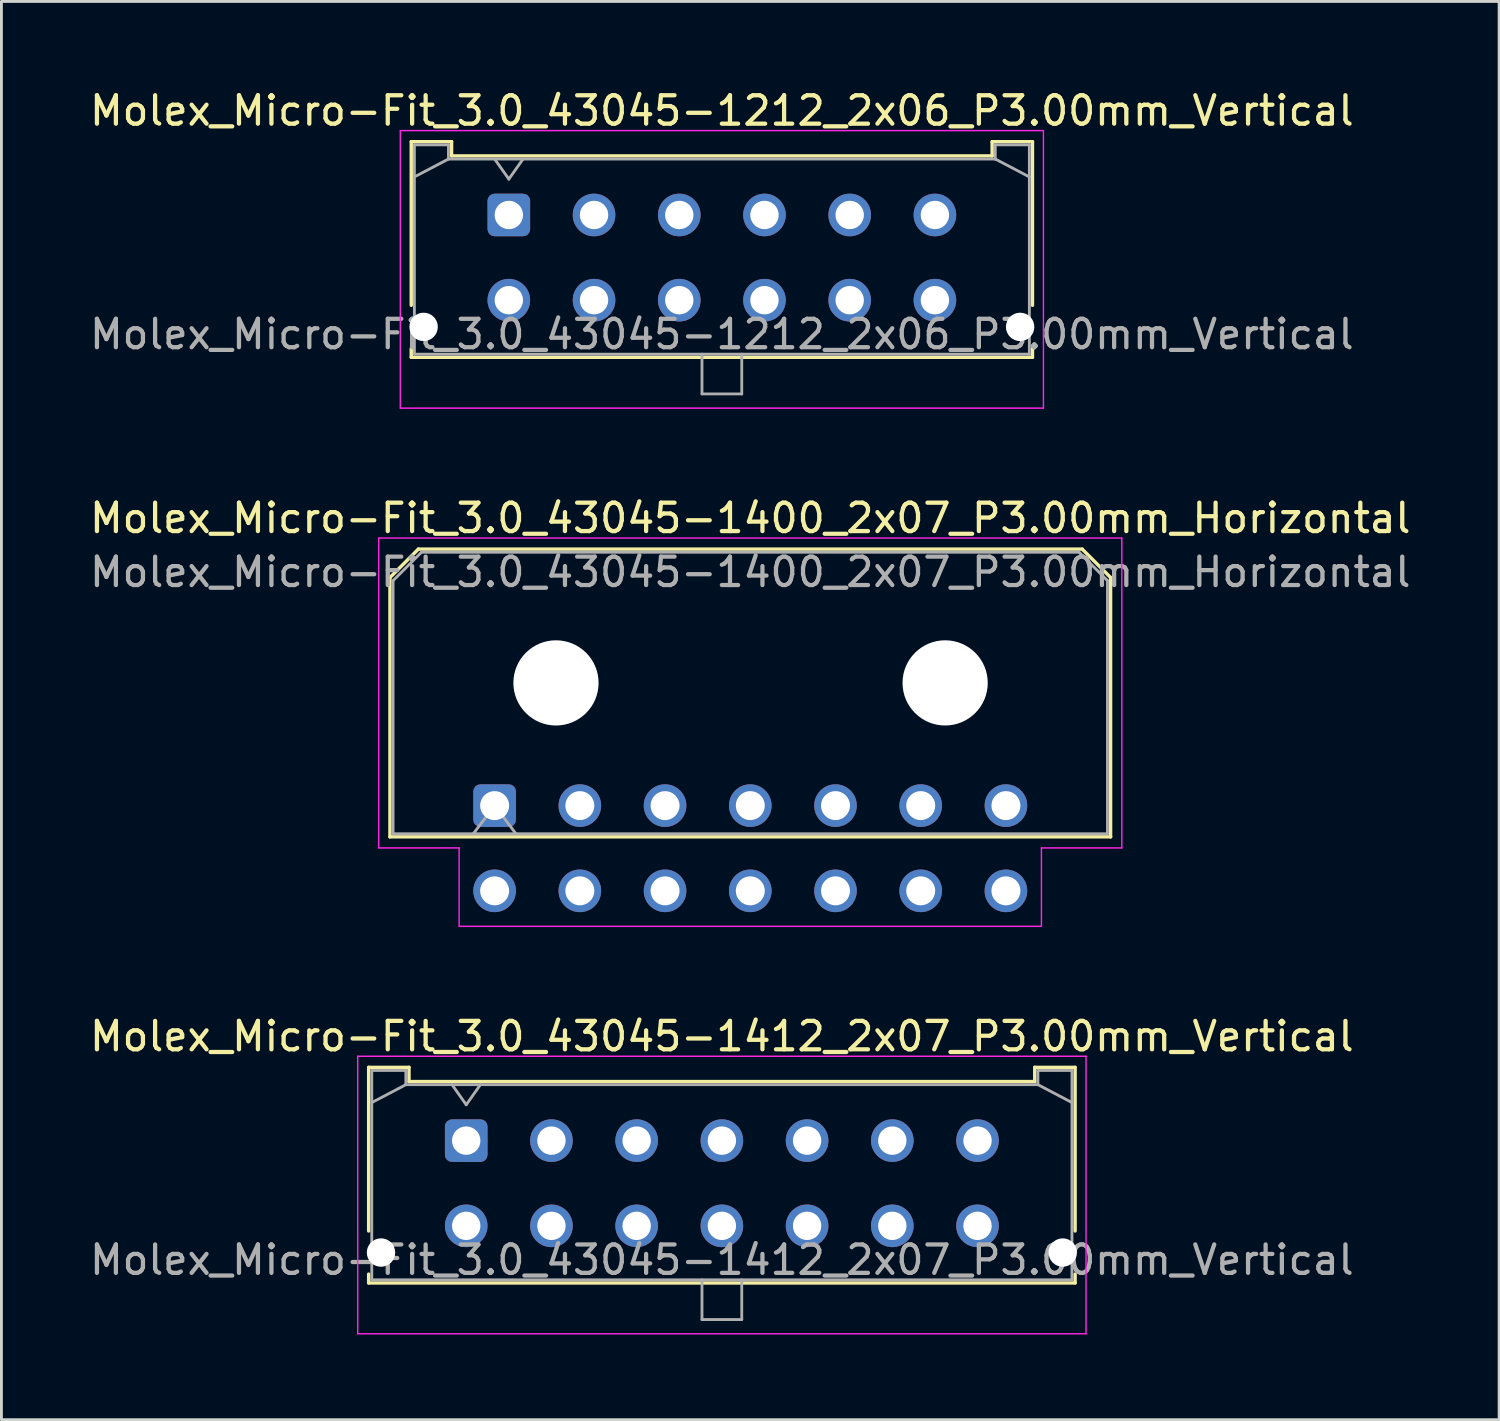
<source format=kicad_pcb>
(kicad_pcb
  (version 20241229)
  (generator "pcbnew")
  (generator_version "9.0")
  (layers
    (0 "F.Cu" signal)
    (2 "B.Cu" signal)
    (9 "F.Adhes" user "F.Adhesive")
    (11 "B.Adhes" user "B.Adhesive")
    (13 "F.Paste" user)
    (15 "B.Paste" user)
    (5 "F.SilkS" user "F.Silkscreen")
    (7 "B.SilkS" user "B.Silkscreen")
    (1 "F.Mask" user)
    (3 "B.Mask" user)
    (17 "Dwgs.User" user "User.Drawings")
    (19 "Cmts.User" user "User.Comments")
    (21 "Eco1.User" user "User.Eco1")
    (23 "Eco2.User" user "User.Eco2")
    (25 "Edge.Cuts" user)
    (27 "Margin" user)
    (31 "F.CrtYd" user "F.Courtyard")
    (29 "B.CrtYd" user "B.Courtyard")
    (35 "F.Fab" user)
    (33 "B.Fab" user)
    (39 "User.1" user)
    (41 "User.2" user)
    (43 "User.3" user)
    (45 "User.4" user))
  (footprint "Molex_Micro-Fit_3.0_43045-1400_2x07_P3.00mm_Horizontal"
    (layer "F.Cu")
    (at 14.363 25.311)
    (property "Reference" "Molex_Micro-Fit_3.0_43045-1400_2x07_P3.00mm_Horizontal" (at 9 -10.12 0) (layer "F.SilkS") (effects (font (size 1 1) (thickness 0.15))))
    (attr through_hole)
    (fp_line (start -3.685 -8.03) (end -2.685 -9.03) (stroke (width 0.12) (type solid)) (layer "F.SilkS"))
    (fp_line (start -3.685 1.1) (end -3.685 -8.03) (stroke (width 0.12) (type solid)) (layer "F.SilkS"))
    (fp_line (start -2.685 -9.03) (end 20.685 -9.03) (stroke (width 0.12) (type solid)) (layer "F.SilkS"))
    (fp_line (start 20.685 -9.03) (end 21.685 -8.03) (stroke (width 0.12) (type solid)) (layer "F.SilkS"))
    (fp_line (start 21.685 -8.03) (end 21.685 1.1) (stroke (width 0.12) (type solid)) (layer "F.SilkS"))
    (fp_line (start 21.685 1.1) (end -3.685 1.1) (stroke (width 0.12) (type solid)) (layer "F.SilkS"))
    (fp_line (start -4.08 -9.42) (end 22.08 -9.42) (stroke (width 0.05) (type solid)) (layer "F.CrtYd"))
    (fp_line (start -4.08 1.49) (end -4.08 -9.42) (stroke (width 0.05) (type solid)) (layer "F.CrtYd"))
    (fp_line (start -1.25 1.49) (end -4.08 1.49) (stroke (width 0.05) (type solid)) (layer "F.CrtYd"))
    (fp_line (start -1.25 4.25) (end -1.25 1.49) (stroke (width 0.05) (type solid)) (layer "F.CrtYd"))
    (fp_line (start 19.25 1.49) (end 19.25 4.25) (stroke (width 0.05) (type solid)) (layer "F.CrtYd"))
    (fp_line (start 19.25 4.25) (end -1.25 4.25) (stroke (width 0.05) (type solid)) (layer "F.CrtYd"))
    (fp_line (start 22.08 -9.42) (end 22.08 1.49) (stroke (width 0.05) (type solid)) (layer "F.CrtYd"))
    (fp_line (start 22.08 1.49) (end 19.25 1.49) (stroke (width 0.05) (type solid)) (layer "F.CrtYd"))
    (fp_line (start -3.575 -7.92) (end -2.575 -8.92) (stroke (width 0.1) (type solid)) (layer "F.Fab"))
    (fp_line (start -3.575 0.99) (end -3.575 -7.92) (stroke (width 0.1) (type solid)) (layer "F.Fab"))
    (fp_line (start -2.575 -8.92) (end 20.575 -8.92) (stroke (width 0.1) (type solid)) (layer "F.Fab"))
    (fp_line (start -0.75 0.99) (end 0 0) (stroke (width 0.1) (type solid)) (layer "F.Fab"))
    (fp_line (start 0 0) (end 0.75 0.99) (stroke (width 0.1) (type solid)) (layer "F.Fab"))
    (fp_line (start 20.575 -8.92) (end 21.575 -7.92) (stroke (width 0.1) (type solid)) (layer "F.Fab"))
    (fp_line (start 21.575 -7.92) (end 21.575 0.99) (stroke (width 0.1) (type solid)) (layer "F.Fab"))
    (fp_line (start 21.575 0.99) (end -3.575 0.99) (stroke (width 0.1) (type solid)) (layer "F.Fab"))
    (fp_text user "${REFERENCE}" (at 9 -8.22 0) (layer "F.Fab") (effects (font (size 1 1) (thickness 0.15))))
    (pad "" np_thru_hole circle (at 2.16 -4.32) (size 3 3) (drill 3) (layers "*.Cu" "*.Mask"))
    (pad "" np_thru_hole circle (at 15.86 -4.32) (size 3 3) (drill 3) (layers "*.Cu" "*.Mask"))
    (pad "1" thru_hole roundrect (at 0 0) (size 1.5 1.5) (drill 1.02) (layers "*.Cu" "*.Mask") (roundrect_rratio 0.167))
    (pad "2" thru_hole circle (at 3 0) (size 1.5 1.5) (drill 1.02) (layers "*.Cu" "*.Mask"))
    (pad "3" thru_hole circle (at 6 0) (size 1.5 1.5) (drill 1.02) (layers "*.Cu" "*.Mask"))
    (pad "4" thru_hole circle (at 9 0) (size 1.5 1.5) (drill 1.02) (layers "*.Cu" "*.Mask"))
    (pad "5" thru_hole circle (at 12 0) (size 1.5 1.5) (drill 1.02) (layers "*.Cu" "*.Mask"))
    (pad "6" thru_hole circle (at 15 0) (size 1.5 1.5) (drill 1.02) (layers "*.Cu" "*.Mask"))
    (pad "7" thru_hole circle (at 18 0) (size 1.5 1.5) (drill 1.02) (layers "*.Cu" "*.Mask"))
    (pad "8" thru_hole circle (at 0 3) (size 1.5 1.5) (drill 1.02) (layers "*.Cu" "*.Mask"))
    (pad "9" thru_hole circle (at 3 3) (size 1.5 1.5) (drill 1.02) (layers "*.Cu" "*.Mask"))
    (pad "10" thru_hole circle (at 6 3) (size 1.5 1.5) (drill 1.02) (layers "*.Cu" "*.Mask"))
    (pad "11" thru_hole circle (at 9 3) (size 1.5 1.5) (drill 1.02) (layers "*.Cu" "*.Mask"))
    (pad "12" thru_hole circle (at 12 3) (size 1.5 1.5) (drill 1.02) (layers "*.Cu" "*.Mask"))
    (pad "13" thru_hole circle (at 15 3) (size 1.5 1.5) (drill 1.02) (layers "*.Cu" "*.Mask"))
    (pad "14" thru_hole circle (at 18 3) (size 1.5 1.5) (drill 1.02) (layers "*.Cu" "*.Mask")))
  (footprint "Molex_Micro-Fit_3.0_43045-1412_2x07_P3.00mm_Vertical"
    (layer "F.Cu")
    (at 13.363 37.105)
    (property "Reference" "Molex_Micro-Fit_3.0_43045-1412_2x07_P3.00mm_Vertical" (at 9 -3.67 0) (layer "F.SilkS") (effects (font (size 1 1) (thickness 0.15))))
    (attr through_hole)
    (fp_line (start -3.435 -2.58) (end -2.015 -2.58) (stroke (width 0.12) (type solid)) (layer "F.SilkS"))
    (fp_line (start -3.435 3.18) (end -3.435 -2.58) (stroke (width 0.12) (type solid)) (layer "F.SilkS"))
    (fp_line (start -3.435 4.7) (end -3.435 5.01) (stroke (width 0.12) (type solid)) (layer "F.SilkS"))
    (fp_line (start -3.435 5.01) (end 21.435 5.01) (stroke (width 0.12) (type solid)) (layer "F.SilkS"))
    (fp_line (start -2.015 -2.58) (end -2.015 -2.08) (stroke (width 0.12) (type solid)) (layer "F.SilkS"))
    (fp_line (start -2.015 -2.08) (end 20.015 -2.08) (stroke (width 0.12) (type solid)) (layer "F.SilkS"))
    (fp_line (start 20.015 -2.58) (end 21.435 -2.58) (stroke (width 0.12) (type solid)) (layer "F.SilkS"))
    (fp_line (start 20.015 -2.08) (end 20.015 -2.58) (stroke (width 0.12) (type solid)) (layer "F.SilkS"))
    (fp_line (start 21.435 -2.58) (end 21.435 3.18) (stroke (width 0.12) (type solid)) (layer "F.SilkS"))
    (fp_line (start 21.435 5.01) (end 21.435 4.7) (stroke (width 0.12) (type solid)) (layer "F.SilkS"))
    (fp_line (start -3.82 -2.97) (end 21.82 -2.97) (stroke (width 0.05) (type solid)) (layer "F.CrtYd"))
    (fp_line (start -3.82 6.8) (end -3.82 -2.97) (stroke (width 0.05) (type solid)) (layer "F.CrtYd"))
    (fp_line (start 21.82 -2.97) (end 21.82 6.8) (stroke (width 0.05) (type solid)) (layer "F.CrtYd"))
    (fp_line (start 21.82 6.8) (end -3.82 6.8) (stroke (width 0.05) (type solid)) (layer "F.CrtYd"))
    (fp_line (start -3.325 -2.47) (end -3.325 4.9) (stroke (width 0.1) (type solid)) (layer "F.Fab"))
    (fp_line (start -3.325 -1.34) (end -2.125 -1.97) (stroke (width 0.1) (type solid)) (layer "F.Fab"))
    (fp_line (start -3.325 4.9) (end 21.325 4.9) (stroke (width 0.1) (type solid)) (layer "F.Fab"))
    (fp_line (start -2.125 -2.47) (end -3.325 -2.47) (stroke (width 0.1) (type solid)) (layer "F.Fab"))
    (fp_line (start -2.125 -1.97) (end -2.125 -2.47) (stroke (width 0.1) (type solid)) (layer "F.Fab"))
    (fp_line (start -0.5 -1.97) (end 0 -1.263) (stroke (width 0.1) (type solid)) (layer "F.Fab"))
    (fp_line (start 0 -1.263) (end 0.5 -1.97) (stroke (width 0.1) (type solid)) (layer "F.Fab"))
    (fp_line (start 8.3 4.9) (end 8.3 6.3) (stroke (width 0.1) (type solid)) (layer "F.Fab"))
    (fp_line (start 8.3 6.3) (end 9.7 6.3) (stroke (width 0.1) (type solid)) (layer "F.Fab"))
    (fp_line (start 9.7 6.3) (end 9.7 4.9) (stroke (width 0.1) (type solid)) (layer "F.Fab"))
    (fp_line (start 20.125 -2.47) (end 20.125 -1.97) (stroke (width 0.1) (type solid)) (layer "F.Fab"))
    (fp_line (start 20.125 -1.97) (end -2.125 -1.97) (stroke (width 0.1) (type solid)) (layer "F.Fab"))
    (fp_line (start 21.325 -2.47) (end 20.125 -2.47) (stroke (width 0.1) (type solid)) (layer "F.Fab"))
    (fp_line (start 21.325 -1.34) (end 20.125 -1.97) (stroke (width 0.1) (type solid)) (layer "F.Fab"))
    (fp_line (start 21.325 4.9) (end 21.325 -2.47) (stroke (width 0.1) (type solid)) (layer "F.Fab"))
    (fp_text user "${REFERENCE}" (at 9 4.2 0) (layer "F.Fab") (effects (font (size 1 1) (thickness 0.15))))
    (pad "" np_thru_hole circle (at -3 3.94) (size 1 1) (drill 1) (layers "*.Cu" "*.Mask"))
    (pad "" np_thru_hole circle (at 21 3.94) (size 1 1) (drill 1) (layers "*.Cu" "*.Mask"))
    (pad "1" thru_hole roundrect (at 0 0) (size 1.5 1.5) (drill 1) (layers "*.Cu" "*.Mask") (roundrect_rratio 0.167))
    (pad "2" thru_hole circle (at 3 0) (size 1.5 1.5) (drill 1) (layers "*.Cu" "*.Mask"))
    (pad "3" thru_hole circle (at 6 0) (size 1.5 1.5) (drill 1) (layers "*.Cu" "*.Mask"))
    (pad "4" thru_hole circle (at 9 0) (size 1.5 1.5) (drill 1) (layers "*.Cu" "*.Mask"))
    (pad "5" thru_hole circle (at 12 0) (size 1.5 1.5) (drill 1) (layers "*.Cu" "*.Mask"))
    (pad "6" thru_hole circle (at 15 0) (size 1.5 1.5) (drill 1) (layers "*.Cu" "*.Mask"))
    (pad "7" thru_hole circle (at 18 0) (size 1.5 1.5) (drill 1) (layers "*.Cu" "*.Mask"))
    (pad "8" thru_hole circle (at 0 3) (size 1.5 1.5) (drill 1) (layers "*.Cu" "*.Mask"))
    (pad "9" thru_hole circle (at 3 3) (size 1.5 1.5) (drill 1) (layers "*.Cu" "*.Mask"))
    (pad "10" thru_hole circle (at 6 3) (size 1.5 1.5) (drill 1) (layers "*.Cu" "*.Mask"))
    (pad "11" thru_hole circle (at 9 3) (size 1.5 1.5) (drill 1) (layers "*.Cu" "*.Mask"))
    (pad "12" thru_hole circle (at 12 3) (size 1.5 1.5) (drill 1) (layers "*.Cu" "*.Mask"))
    (pad "13" thru_hole circle (at 15 3) (size 1.5 1.5) (drill 1) (layers "*.Cu" "*.Mask"))
    (pad "14" thru_hole circle (at 18 3) (size 1.5 1.5) (drill 1) (layers "*.Cu" "*.Mask")))
  (footprint "Molex_Micro-Fit_3.0_43045-1212_2x06_P3.00mm_Vertical"
    (layer "F.Cu")
    (at 14.863 4.518)
    (property "Reference" "Molex_Micro-Fit_3.0_43045-1212_2x06_P3.00mm_Vertical" (at 7.5 -3.67 0) (layer "F.SilkS") (effects (font (size 1 1) (thickness 0.15))))
    (attr through_hole)
    (fp_line (start -3.435 -2.58) (end -2.015 -2.58) (stroke (width 0.12) (type solid)) (layer "F.SilkS"))
    (fp_line (start -3.435 3.18) (end -3.435 -2.58) (stroke (width 0.12) (type solid)) (layer "F.SilkS"))
    (fp_line (start -3.435 4.7) (end -3.435 5.01) (stroke (width 0.12) (type solid)) (layer "F.SilkS"))
    (fp_line (start -3.435 5.01) (end 18.435 5.01) (stroke (width 0.12) (type solid)) (layer "F.SilkS"))
    (fp_line (start -2.015 -2.58) (end -2.015 -2.08) (stroke (width 0.12) (type solid)) (layer "F.SilkS"))
    (fp_line (start -2.015 -2.08) (end 17.015 -2.08) (stroke (width 0.12) (type solid)) (layer "F.SilkS"))
    (fp_line (start 17.015 -2.58) (end 18.435 -2.58) (stroke (width 0.12) (type solid)) (layer "F.SilkS"))
    (fp_line (start 17.015 -2.08) (end 17.015 -2.58) (stroke (width 0.12) (type solid)) (layer "F.SilkS"))
    (fp_line (start 18.435 -2.58) (end 18.435 3.18) (stroke (width 0.12) (type solid)) (layer "F.SilkS"))
    (fp_line (start 18.435 5.01) (end 18.435 4.7) (stroke (width 0.12) (type solid)) (layer "F.SilkS"))
    (fp_line (start -3.82 -2.97) (end 18.82 -2.97) (stroke (width 0.05) (type solid)) (layer "F.CrtYd"))
    (fp_line (start -3.82 6.8) (end -3.82 -2.97) (stroke (width 0.05) (type solid)) (layer "F.CrtYd"))
    (fp_line (start 18.82 -2.97) (end 18.82 6.8) (stroke (width 0.05) (type solid)) (layer "F.CrtYd"))
    (fp_line (start 18.82 6.8) (end -3.82 6.8) (stroke (width 0.05) (type solid)) (layer "F.CrtYd"))
    (fp_line (start -3.325 -2.47) (end -3.325 4.9) (stroke (width 0.1) (type solid)) (layer "F.Fab"))
    (fp_line (start -3.325 -1.34) (end -2.125 -1.97) (stroke (width 0.1) (type solid)) (layer "F.Fab"))
    (fp_line (start -3.325 4.9) (end 18.325 4.9) (stroke (width 0.1) (type solid)) (layer "F.Fab"))
    (fp_line (start -2.125 -2.47) (end -3.325 -2.47) (stroke (width 0.1) (type solid)) (layer "F.Fab"))
    (fp_line (start -2.125 -1.97) (end -2.125 -2.47) (stroke (width 0.1) (type solid)) (layer "F.Fab"))
    (fp_line (start -0.5 -1.97) (end 0 -1.263) (stroke (width 0.1) (type solid)) (layer "F.Fab"))
    (fp_line (start 0 -1.263) (end 0.5 -1.97) (stroke (width 0.1) (type solid)) (layer "F.Fab"))
    (fp_line (start 6.8 4.9) (end 6.8 6.3) (stroke (width 0.1) (type solid)) (layer "F.Fab"))
    (fp_line (start 6.8 6.3) (end 8.2 6.3) (stroke (width 0.1) (type solid)) (layer "F.Fab"))
    (fp_line (start 8.2 6.3) (end 8.2 4.9) (stroke (width 0.1) (type solid)) (layer "F.Fab"))
    (fp_line (start 17.125 -2.47) (end 17.125 -1.97) (stroke (width 0.1) (type solid)) (layer "F.Fab"))
    (fp_line (start 17.125 -1.97) (end -2.125 -1.97) (stroke (width 0.1) (type solid)) (layer "F.Fab"))
    (fp_line (start 18.325 -2.47) (end 17.125 -2.47) (stroke (width 0.1) (type solid)) (layer "F.Fab"))
    (fp_line (start 18.325 -1.34) (end 17.125 -1.97) (stroke (width 0.1) (type solid)) (layer "F.Fab"))
    (fp_line (start 18.325 4.9) (end 18.325 -2.47) (stroke (width 0.1) (type solid)) (layer "F.Fab"))
    (fp_text user "${REFERENCE}" (at 7.5 4.2 0) (layer "F.Fab") (effects (font (size 1 1) (thickness 0.15))))
    (pad "" np_thru_hole circle (at -3 3.94) (size 1 1) (drill 1) (layers "*.Cu" "*.Mask"))
    (pad "" np_thru_hole circle (at 18 3.94) (size 1 1) (drill 1) (layers "*.Cu" "*.Mask"))
    (pad "1" thru_hole roundrect (at 0 0) (size 1.5 1.5) (drill 1) (layers "*.Cu" "*.Mask") (roundrect_rratio 0.167))
    (pad "2" thru_hole circle (at 3 0) (size 1.5 1.5) (drill 1) (layers "*.Cu" "*.Mask"))
    (pad "3" thru_hole circle (at 6 0) (size 1.5 1.5) (drill 1) (layers "*.Cu" "*.Mask"))
    (pad "4" thru_hole circle (at 9 0) (size 1.5 1.5) (drill 1) (layers "*.Cu" "*.Mask"))
    (pad "5" thru_hole circle (at 12 0) (size 1.5 1.5) (drill 1) (layers "*.Cu" "*.Mask"))
    (pad "6" thru_hole circle (at 15 0) (size 1.5 1.5) (drill 1) (layers "*.Cu" "*.Mask"))
    (pad "7" thru_hole circle (at 0 3) (size 1.5 1.5) (drill 1) (layers "*.Cu" "*.Mask"))
    (pad "8" thru_hole circle (at 3 3) (size 1.5 1.5) (drill 1) (layers "*.Cu" "*.Mask"))
    (pad "9" thru_hole circle (at 6 3) (size 1.5 1.5) (drill 1) (layers "*.Cu" "*.Mask"))
    (pad "10" thru_hole circle (at 9 3) (size 1.5 1.5) (drill 1) (layers "*.Cu" "*.Mask"))
    (pad "11" thru_hole circle (at 12 3) (size 1.5 1.5) (drill 1) (layers "*.Cu" "*.Mask"))
    (pad "12" thru_hole circle (at 15 3) (size 1.5 1.5) (drill 1) (layers "*.Cu" "*.Mask")))
  (gr_rect
    (start -3 -3)
    (end 49.726 46.93)
    (stroke (width 0.1) (type default))
    (fill no)
    (layer "Edge.Cuts")))
</source>
